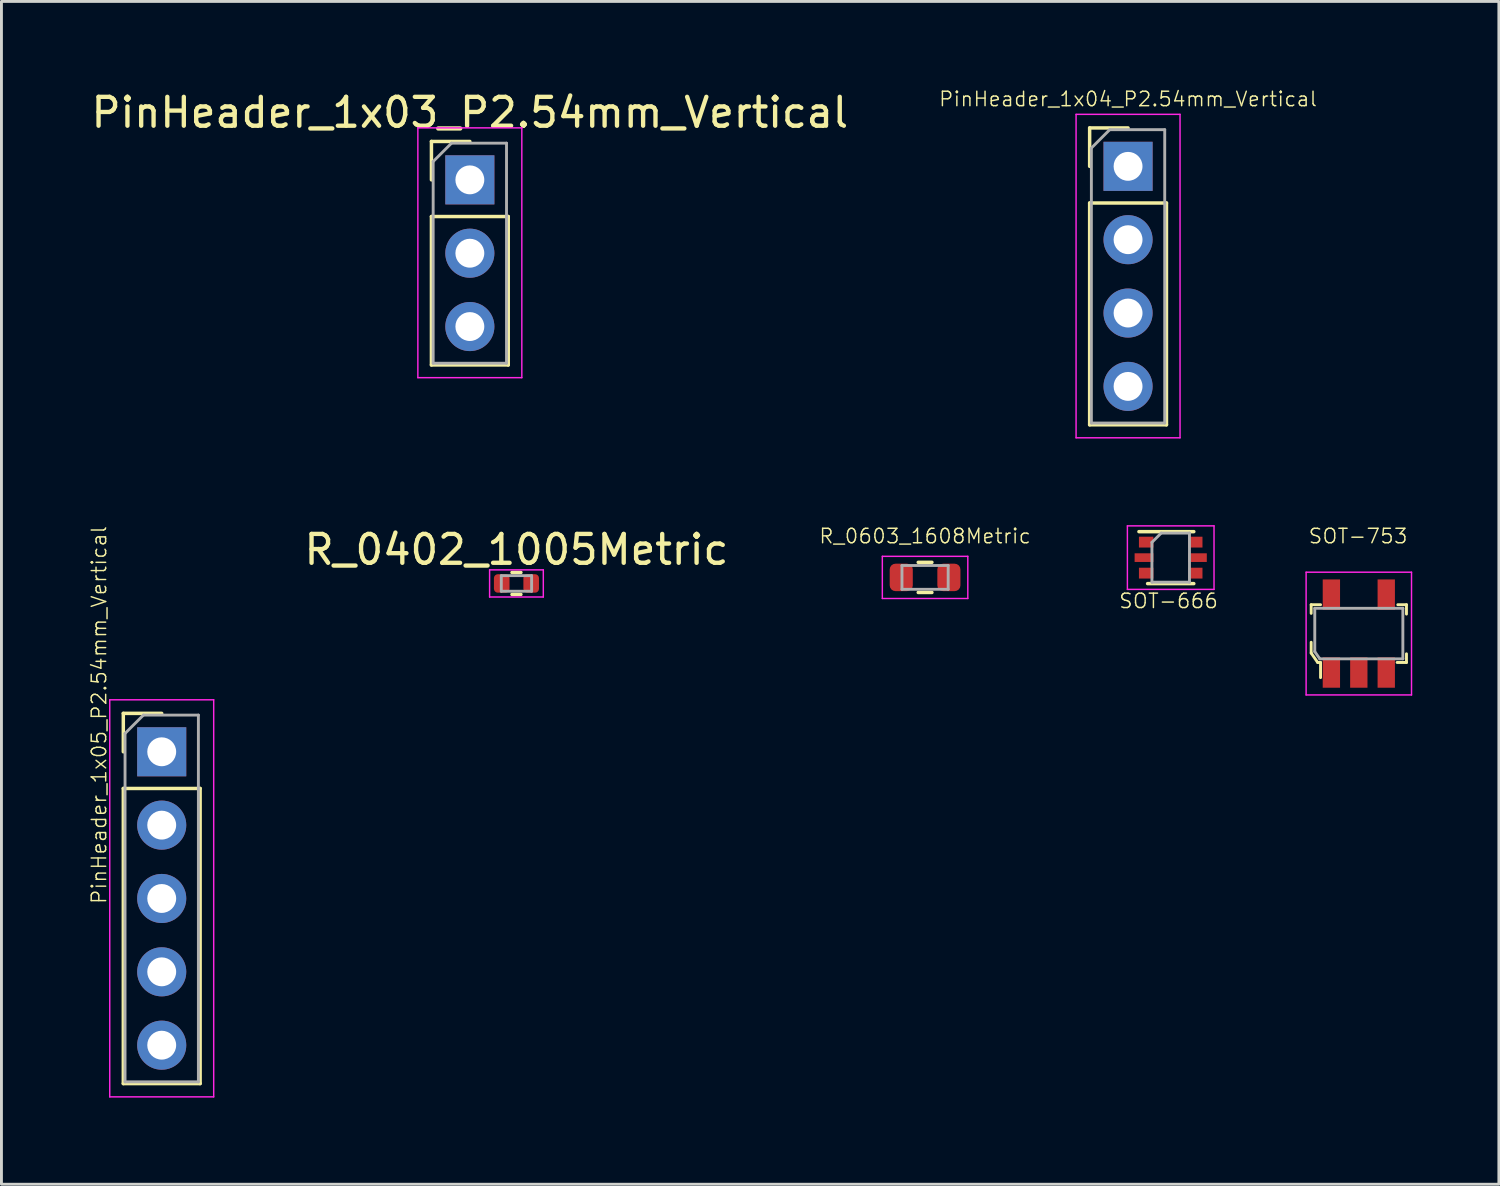
<source format=kicad_pcb>
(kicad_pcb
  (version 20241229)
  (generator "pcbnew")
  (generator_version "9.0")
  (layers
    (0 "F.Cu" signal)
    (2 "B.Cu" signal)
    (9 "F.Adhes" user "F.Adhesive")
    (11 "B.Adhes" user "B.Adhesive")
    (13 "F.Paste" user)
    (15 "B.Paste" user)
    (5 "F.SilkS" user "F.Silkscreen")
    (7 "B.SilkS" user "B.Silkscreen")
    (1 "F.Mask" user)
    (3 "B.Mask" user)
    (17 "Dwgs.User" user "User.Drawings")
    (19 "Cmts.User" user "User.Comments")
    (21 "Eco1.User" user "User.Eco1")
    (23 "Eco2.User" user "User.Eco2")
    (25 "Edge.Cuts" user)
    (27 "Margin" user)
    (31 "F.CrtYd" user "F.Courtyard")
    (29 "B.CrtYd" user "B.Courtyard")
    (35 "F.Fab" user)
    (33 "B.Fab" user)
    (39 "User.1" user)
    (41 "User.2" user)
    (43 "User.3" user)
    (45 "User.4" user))
  (footprint "SOT-666"
    (layer "F.Cu")
    (at 37.49 16.26)
    (property "Reference" "SOT-666" (at -0.075 1.5 0) (layer "F.SilkS") (effects (font (size 0.5 0.5) (thickness 0.05))))
    (attr smd)
    (fp_line (start -0.8 0.9) (end 0.8 0.9) (stroke (width 0.12) (type solid)) (layer "F.SilkS"))
    (fp_line (start 0.8 -0.9) (end -1.1 -0.9) (stroke (width 0.12) (type solid)) (layer "F.SilkS"))
    (fp_line (start -1.5 -1.1) (end -1.5 1.1) (stroke (width 0.05) (type solid)) (layer "F.CrtYd"))
    (fp_line (start -1.5 -1.1) (end 1.5 -1.1) (stroke (width 0.05) (type solid)) (layer "F.CrtYd"))
    (fp_line (start -1.5 1.1) (end 1.5 1.1) (stroke (width 0.05) (type solid)) (layer "F.CrtYd"))
    (fp_line (start 1.5 1.1) (end 1.5 -1.1) (stroke (width 0.05) (type solid)) (layer "F.CrtYd"))
    (fp_line (start -0.65 -0.53) (end -0.65 0.85) (stroke (width 0.1) (type solid)) (layer "F.Fab"))
    (fp_line (start -0.65 -0.53) (end -0.33 -0.85) (stroke (width 0.1) (type solid)) (layer "F.Fab"))
    (fp_line (start 0.65 -0.85) (end -0.33 -0.85) (stroke (width 0.1) (type solid)) (layer "F.Fab"))
    (fp_line (start 0.65 -0.85) (end 0.65 0.85) (stroke (width 0.1) (type solid)) (layer "F.Fab"))
    (fp_line (start 0.65 0.85) (end -0.65 0.85) (stroke (width 0.1) (type solid)) (layer "F.Fab"))
    (pad "1" smd rect (at -0.85 -0.537 180) (size 0.5 0.375) (layers "F.Cu" "F.Mask" "F.Paste"))
    (pad "2" smd rect (at -0.925 0 180) (size 0.65 0.3) (layers "F.Cu" "F.Mask" "F.Paste"))
    (pad "3" smd rect (at -0.85 0.537 180) (size 0.5 0.375) (layers "F.Cu" "F.Mask" "F.Paste"))
    (pad "4" smd rect (at 0.85 0.537 180) (size 0.5 0.375) (layers "F.Cu" "F.Mask" "F.Paste"))
    (pad "5" smd rect (at 0.925 0 180) (size 0.65 0.3) (layers "F.Cu" "F.Mask" "F.Paste"))
    (pad "6" smd rect (at 0.85 -0.537 180) (size 0.5 0.375) (layers "F.Cu" "F.Mask" "F.Paste")))
  (footprint "PinHeader_1x05_P2.54mm_Vertical"
    (layer "F.Cu")
    (at 2.55 22.983)
    (property "Reference" "PinHeader_1x05_P2.54mm_Vertical" (at -2.17 -1.275 90) (layer "F.SilkS") (effects (font (size 0.5 0.5) (thickness 0.05))))
    (attr through_hole exclude_from_bom)
    (fp_line (start -1.33 -1.33) (end 0 -1.33) (stroke (width 0.12) (type solid)) (layer "F.SilkS"))
    (fp_line (start -1.33 0) (end -1.33 -1.33) (stroke (width 0.12) (type solid)) (layer "F.SilkS"))
    (fp_line (start -1.33 1.27) (end -1.33 11.49) (stroke (width 0.12) (type solid)) (layer "F.SilkS"))
    (fp_line (start -1.33 1.27) (end 1.33 1.27) (stroke (width 0.12) (type solid)) (layer "F.SilkS"))
    (fp_line (start -1.33 11.49) (end 1.33 11.49) (stroke (width 0.12) (type solid)) (layer "F.SilkS"))
    (fp_line (start 1.33 1.27) (end 1.33 11.49) (stroke (width 0.12) (type solid)) (layer "F.SilkS"))
    (fp_line (start -1.8 -1.8) (end -1.8 11.95) (stroke (width 0.05) (type solid)) (layer "F.CrtYd"))
    (fp_line (start -1.8 11.95) (end 1.8 11.95) (stroke (width 0.05) (type solid)) (layer "F.CrtYd"))
    (fp_line (start 1.8 -1.8) (end -1.8 -1.8) (stroke (width 0.05) (type solid)) (layer "F.CrtYd"))
    (fp_line (start 1.8 11.95) (end 1.8 -1.8) (stroke (width 0.05) (type solid)) (layer "F.CrtYd"))
    (fp_line (start -1.27 -0.635) (end -0.635 -1.27) (stroke (width 0.1) (type solid)) (layer "F.Fab"))
    (fp_line (start -1.27 11.43) (end -1.27 -0.635) (stroke (width 0.1) (type solid)) (layer "F.Fab"))
    (fp_line (start -0.635 -1.27) (end 1.27 -1.27) (stroke (width 0.1) (type solid)) (layer "F.Fab"))
    (fp_line (start 1.27 -1.27) (end 1.27 11.43) (stroke (width 0.1) (type solid)) (layer "F.Fab"))
    (fp_line (start 1.27 11.43) (end -1.27 11.43) (stroke (width 0.1) (type solid)) (layer "F.Fab"))
    (pad "1" thru_hole rect (at 0 0 180) (size 1.7 1.7) (drill 1) (layers "*.Cu" "*.Mask"))
    (pad "2" thru_hole oval (at 0 2.54 180) (size 1.7 1.7) (drill 1) (layers "*.Cu" "*.Mask"))
    (pad "3" thru_hole oval (at 0 5.08 180) (size 1.7 1.7) (drill 1) (layers "*.Cu" "*.Mask"))
    (pad "4" thru_hole oval (at 0 7.62 180) (size 1.7 1.7) (drill 1) (layers "*.Cu" "*.Mask"))
    (pad "5" thru_hole oval (at 0 10.16 180) (size 1.7 1.7) (drill 1) (layers "*.Cu" "*.Mask")))
  (footprint "PinHeader_1x03_P2.54mm_Vertical"
    (layer "F.Cu")
    (at 13.22 3.178)
    (property "Reference" "PinHeader_1x03_P2.54mm_Vertical" (at 0 -2.33 0) (layer "F.SilkS") (effects (font (size 1 1) (thickness 0.15))))
    (attr through_hole exclude_from_bom)
    (fp_line (start -1.33 -1.33) (end 0 -1.33) (stroke (width 0.12) (type solid)) (layer "F.SilkS"))
    (fp_line (start -1.33 0) (end -1.33 -1.33) (stroke (width 0.12) (type solid)) (layer "F.SilkS"))
    (fp_line (start -1.33 1.27) (end -1.33 6.41) (stroke (width 0.12) (type solid)) (layer "F.SilkS"))
    (fp_line (start -1.33 1.27) (end 1.33 1.27) (stroke (width 0.12) (type solid)) (layer "F.SilkS"))
    (fp_line (start -1.33 6.41) (end 1.33 6.41) (stroke (width 0.12) (type solid)) (layer "F.SilkS"))
    (fp_line (start 1.33 1.27) (end 1.33 6.41) (stroke (width 0.12) (type solid)) (layer "F.SilkS"))
    (fp_line (start -1.8 -1.8) (end -1.8 6.85) (stroke (width 0.05) (type solid)) (layer "F.CrtYd"))
    (fp_line (start -1.8 6.85) (end 1.8 6.85) (stroke (width 0.05) (type solid)) (layer "F.CrtYd"))
    (fp_line (start 1.8 -1.8) (end -1.8 -1.8) (stroke (width 0.05) (type solid)) (layer "F.CrtYd"))
    (fp_line (start 1.8 6.85) (end 1.8 -1.8) (stroke (width 0.05) (type solid)) (layer "F.CrtYd"))
    (fp_line (start -1.27 -0.635) (end -0.635 -1.27) (stroke (width 0.1) (type solid)) (layer "F.Fab"))
    (fp_line (start -1.27 6.35) (end -1.27 -0.635) (stroke (width 0.1) (type solid)) (layer "F.Fab"))
    (fp_line (start -0.635 -1.27) (end 1.27 -1.27) (stroke (width 0.1) (type solid)) (layer "F.Fab"))
    (fp_line (start 1.27 -1.27) (end 1.27 6.35) (stroke (width 0.1) (type solid)) (layer "F.Fab"))
    (fp_line (start 1.27 6.35) (end -1.27 6.35) (stroke (width 0.1) (type solid)) (layer "F.Fab"))
    (pad "1" thru_hole rect (at 0 0 180) (size 1.7 1.7) (drill 1) (layers "*.Cu" "*.Mask"))
    (pad "2" thru_hole oval (at 0 2.54 180) (size 1.7 1.7) (drill 1) (layers "*.Cu" "*.Mask"))
    (pad "3" thru_hole oval (at 0 5.08 180) (size 1.7 1.7) (drill 1) (layers "*.Cu" "*.Mask")))
  (footprint "R_0603_1608Metric"
    (layer "F.Cu")
    (at 28.984 16.945)
    (property "Reference" "R_0603_1608Metric" (at 0 -1.43 0) (layer "F.SilkS") (effects (font (size 0.5 0.5) (thickness 0.05))))
    (attr smd)
    (fp_line (start -0.237 -0.522) (end 0.237 -0.522) (stroke (width 0.12) (type solid)) (layer "F.SilkS"))
    (fp_line (start -0.237 0.522) (end 0.237 0.522) (stroke (width 0.12) (type solid)) (layer "F.SilkS"))
    (fp_line (start -1.48 -0.73) (end 1.48 -0.73) (stroke (width 0.05) (type solid)) (layer "F.CrtYd"))
    (fp_line (start -1.48 0.73) (end -1.48 -0.73) (stroke (width 0.05) (type solid)) (layer "F.CrtYd"))
    (fp_line (start 1.48 -0.73) (end 1.48 0.73) (stroke (width 0.05) (type solid)) (layer "F.CrtYd"))
    (fp_line (start 1.48 0.73) (end -1.48 0.73) (stroke (width 0.05) (type solid)) (layer "F.CrtYd"))
    (fp_line (start -0.8 -0.412) (end 0.8 -0.412) (stroke (width 0.1) (type solid)) (layer "F.Fab"))
    (fp_line (start -0.8 0.412) (end -0.8 -0.412) (stroke (width 0.1) (type solid)) (layer "F.Fab"))
    (fp_line (start 0.8 -0.412) (end 0.8 0.412) (stroke (width 0.1) (type solid)) (layer "F.Fab"))
    (fp_line (start 0.8 0.412) (end -0.8 0.412) (stroke (width 0.1) (type solid)) (layer "F.Fab"))
    (pad "1" smd roundrect (at -0.825 0 180) (size 0.8 0.95) (layers "F.Cu" "F.Mask" "F.Paste") (roundrect_rratio 0.25))
    (pad "2" smd roundrect (at 0.825 0 180) (size 0.8 0.95) (layers "F.Cu" "F.Mask" "F.Paste") (roundrect_rratio 0.25)))
  (footprint "R_0402_1005Metric"
    (layer "F.Cu")
    (at 14.834 17.154)
    (property "Reference" "R_0402_1005Metric" (at 0 -1.17 0) (layer "F.SilkS") (effects (font (size 1 1) (thickness 0.15))))
    (attr smd)
    (fp_line (start -0.154 -0.38) (end 0.154 -0.38) (stroke (width 0.12) (type solid)) (layer "F.SilkS"))
    (fp_line (start -0.154 0.38) (end 0.154 0.38) (stroke (width 0.12) (type solid)) (layer "F.SilkS"))
    (fp_line (start -0.93 -0.47) (end 0.93 -0.47) (stroke (width 0.05) (type solid)) (layer "F.CrtYd"))
    (fp_line (start -0.93 0.47) (end -0.93 -0.47) (stroke (width 0.05) (type solid)) (layer "F.CrtYd"))
    (fp_line (start 0.93 -0.47) (end 0.93 0.47) (stroke (width 0.05) (type solid)) (layer "F.CrtYd"))
    (fp_line (start 0.93 0.47) (end -0.93 0.47) (stroke (width 0.05) (type solid)) (layer "F.CrtYd"))
    (fp_line (start -0.525 -0.27) (end 0.525 -0.27) (stroke (width 0.1) (type solid)) (layer "F.Fab"))
    (fp_line (start -0.525 0.27) (end -0.525 -0.27) (stroke (width 0.1) (type solid)) (layer "F.Fab"))
    (fp_line (start 0.525 -0.27) (end 0.525 0.27) (stroke (width 0.1) (type solid)) (layer "F.Fab"))
    (fp_line (start 0.525 0.27) (end -0.525 0.27) (stroke (width 0.1) (type solid)) (layer "F.Fab"))
    (pad "1" smd roundrect (at -0.51 0 180) (size 0.54 0.64) (layers "F.Cu" "F.Mask" "F.Paste") (roundrect_rratio 0.25))
    (pad "2" smd roundrect (at 0.51 0 180) (size 0.54 0.64) (layers "F.Cu" "F.Mask" "F.Paste") (roundrect_rratio 0.25)))
  (footprint "SOT-753"
    (layer "F.Cu")
    (at 44.004 18.89)
    (property "Reference" "SOT-753" (at -0.025 -3.375 0) (layer "F.SilkS") (effects (font (size 0.5 0.5) (thickness 0.05))))
    (attr smd)
    (fp_line (start -1.65 -1) (end -1.65 -0.7) (stroke (width 0.1) (type solid)) (layer "F.SilkS"))
    (fp_line (start -1.65 0.675) (end -1.65 0.3) (stroke (width 0.1) (type solid)) (layer "F.SilkS"))
    (fp_line (start -1.65 0.675) (end -1.425 1) (stroke (width 0.1) (type solid)) (layer "F.SilkS"))
    (fp_line (start -1.425 1) (end -1.325 1) (stroke (width 0.1) (type solid)) (layer "F.SilkS"))
    (fp_line (start -1.325 -1) (end -1.65 -1) (stroke (width 0.1) (type solid)) (layer "F.SilkS"))
    (fp_line (start -1.325 1) (end -1.325 1.525) (stroke (width 0.1) (type solid)) (layer "F.SilkS"))
    (fp_line (start 1.325 1) (end 1.65 1) (stroke (width 0.1) (type solid)) (layer "F.SilkS"))
    (fp_line (start 1.35 -1) (end 1.65 -1) (stroke (width 0.1) (type solid)) (layer "F.SilkS"))
    (fp_line (start 1.65 -1) (end 1.65 -0.675) (stroke (width 0.1) (type solid)) (layer "F.SilkS"))
    (fp_line (start 1.65 1) (end 1.65 0.7) (stroke (width 0.1) (type solid)) (layer "F.SilkS"))
    (fp_line (start -1.825 -2.125) (end 1.825 -2.125) (stroke (width 0.05) (type solid)) (layer "F.CrtYd"))
    (fp_line (start -1.825 2.125) (end -1.825 -2.125) (stroke (width 0.05) (type solid)) (layer "F.CrtYd"))
    (fp_line (start 1.825 -2.125) (end 1.825 2.125) (stroke (width 0.05) (type solid)) (layer "F.CrtYd"))
    (fp_line (start 1.825 2.125) (end -1.825 2.125) (stroke (width 0.05) (type solid)) (layer "F.CrtYd"))
    (fp_line (start -1.525 -0.875) (end 1.525 -0.875) (stroke (width 0.1) (type solid)) (layer "F.Fab"))
    (fp_line (start -1.525 0.625) (end -1.525 -0.875) (stroke (width 0.1) (type solid)) (layer "F.Fab"))
    (fp_line (start -1.525 0.625) (end -1.35 0.875) (stroke (width 0.1) (type solid)) (layer "F.Fab"))
    (fp_line (start -1.35 0.875) (end 1.525 0.875) (stroke (width 0.1) (type solid)) (layer "F.Fab"))
    (fp_line (start 1.525 -0.875) (end 1.525 0.875) (stroke (width 0.1) (type solid)) (layer "F.Fab"))
    (pad "1" smd rect (at -0.95 1.35 180) (size 0.6 1.05) (layers "F.Cu" "F.Mask" "F.Paste"))
    (pad "2" smd rect (at 0 1.35 180) (size 0.6 1.05) (layers "F.Cu" "F.Mask" "F.Paste"))
    (pad "3" smd rect (at 0.95 1.35 180) (size 0.6 1.05) (layers "F.Cu" "F.Mask" "F.Paste"))
    (pad "4" smd rect (at 0.95 -1.35 180) (size 0.6 1.05) (layers "F.Cu" "F.Mask" "F.Paste"))
    (pad "5" smd rect (at -0.95 -1.35 180) (size 0.6 1.05) (layers "F.Cu" "F.Mask" "F.Paste")))
  (footprint "PinHeader_1x04_P2.54mm_Vertical"
    (layer "F.Cu")
    (at 36.013 2.71)
    (property "Reference" "PinHeader_1x04_P2.54mm_Vertical" (at 0 -2.33 0) (layer "F.SilkS") (effects (font (size 0.5 0.5) (thickness 0.05))))
    (attr through_hole exclude_from_bom)
    (fp_line (start -1.33 -1.33) (end 0 -1.33) (stroke (width 0.12) (type solid)) (layer "F.SilkS"))
    (fp_line (start -1.33 0) (end -1.33 -1.33) (stroke (width 0.12) (type solid)) (layer "F.SilkS"))
    (fp_line (start -1.33 1.27) (end -1.33 8.95) (stroke (width 0.12) (type solid)) (layer "F.SilkS"))
    (fp_line (start -1.33 1.27) (end 1.33 1.27) (stroke (width 0.12) (type solid)) (layer "F.SilkS"))
    (fp_line (start -1.33 8.95) (end 1.33 8.95) (stroke (width 0.12) (type solid)) (layer "F.SilkS"))
    (fp_line (start 1.33 1.27) (end 1.33 8.95) (stroke (width 0.12) (type solid)) (layer "F.SilkS"))
    (fp_line (start -1.8 -1.8) (end -1.8 9.4) (stroke (width 0.05) (type solid)) (layer "F.CrtYd"))
    (fp_line (start -1.8 9.4) (end 1.8 9.4) (stroke (width 0.05) (type solid)) (layer "F.CrtYd"))
    (fp_line (start 1.8 -1.8) (end -1.8 -1.8) (stroke (width 0.05) (type solid)) (layer "F.CrtYd"))
    (fp_line (start 1.8 9.4) (end 1.8 -1.8) (stroke (width 0.05) (type solid)) (layer "F.CrtYd"))
    (fp_line (start -1.27 -0.635) (end -0.635 -1.27) (stroke (width 0.1) (type solid)) (layer "F.Fab"))
    (fp_line (start -1.27 8.89) (end -1.27 -0.635) (stroke (width 0.1) (type solid)) (layer "F.Fab"))
    (fp_line (start -0.635 -1.27) (end 1.27 -1.27) (stroke (width 0.1) (type solid)) (layer "F.Fab"))
    (fp_line (start 1.27 -1.27) (end 1.27 8.89) (stroke (width 0.1) (type solid)) (layer "F.Fab"))
    (fp_line (start 1.27 8.89) (end -1.27 8.89) (stroke (width 0.1) (type solid)) (layer "F.Fab"))
    (pad "1" thru_hole rect (at 0 0 180) (size 1.7 1.7) (drill 1) (layers "*.Cu" "*.Mask"))
    (pad "2" thru_hole oval (at 0 2.54 180) (size 1.7 1.7) (drill 1) (layers "*.Cu" "*.Mask"))
    (pad "3" thru_hole oval (at 0 5.08 180) (size 1.7 1.7) (drill 1) (layers "*.Cu" "*.Mask"))
    (pad "4" thru_hole oval (at 0 7.62 180) (size 1.7 1.7) (drill 1) (layers "*.Cu" "*.Mask")))
  (gr_rect
    (start -3 -3)
    (end 48.854 37.958)
    (stroke (width 0.1) (type default))
    (fill no)
    (layer "Edge.Cuts")))
</source>
